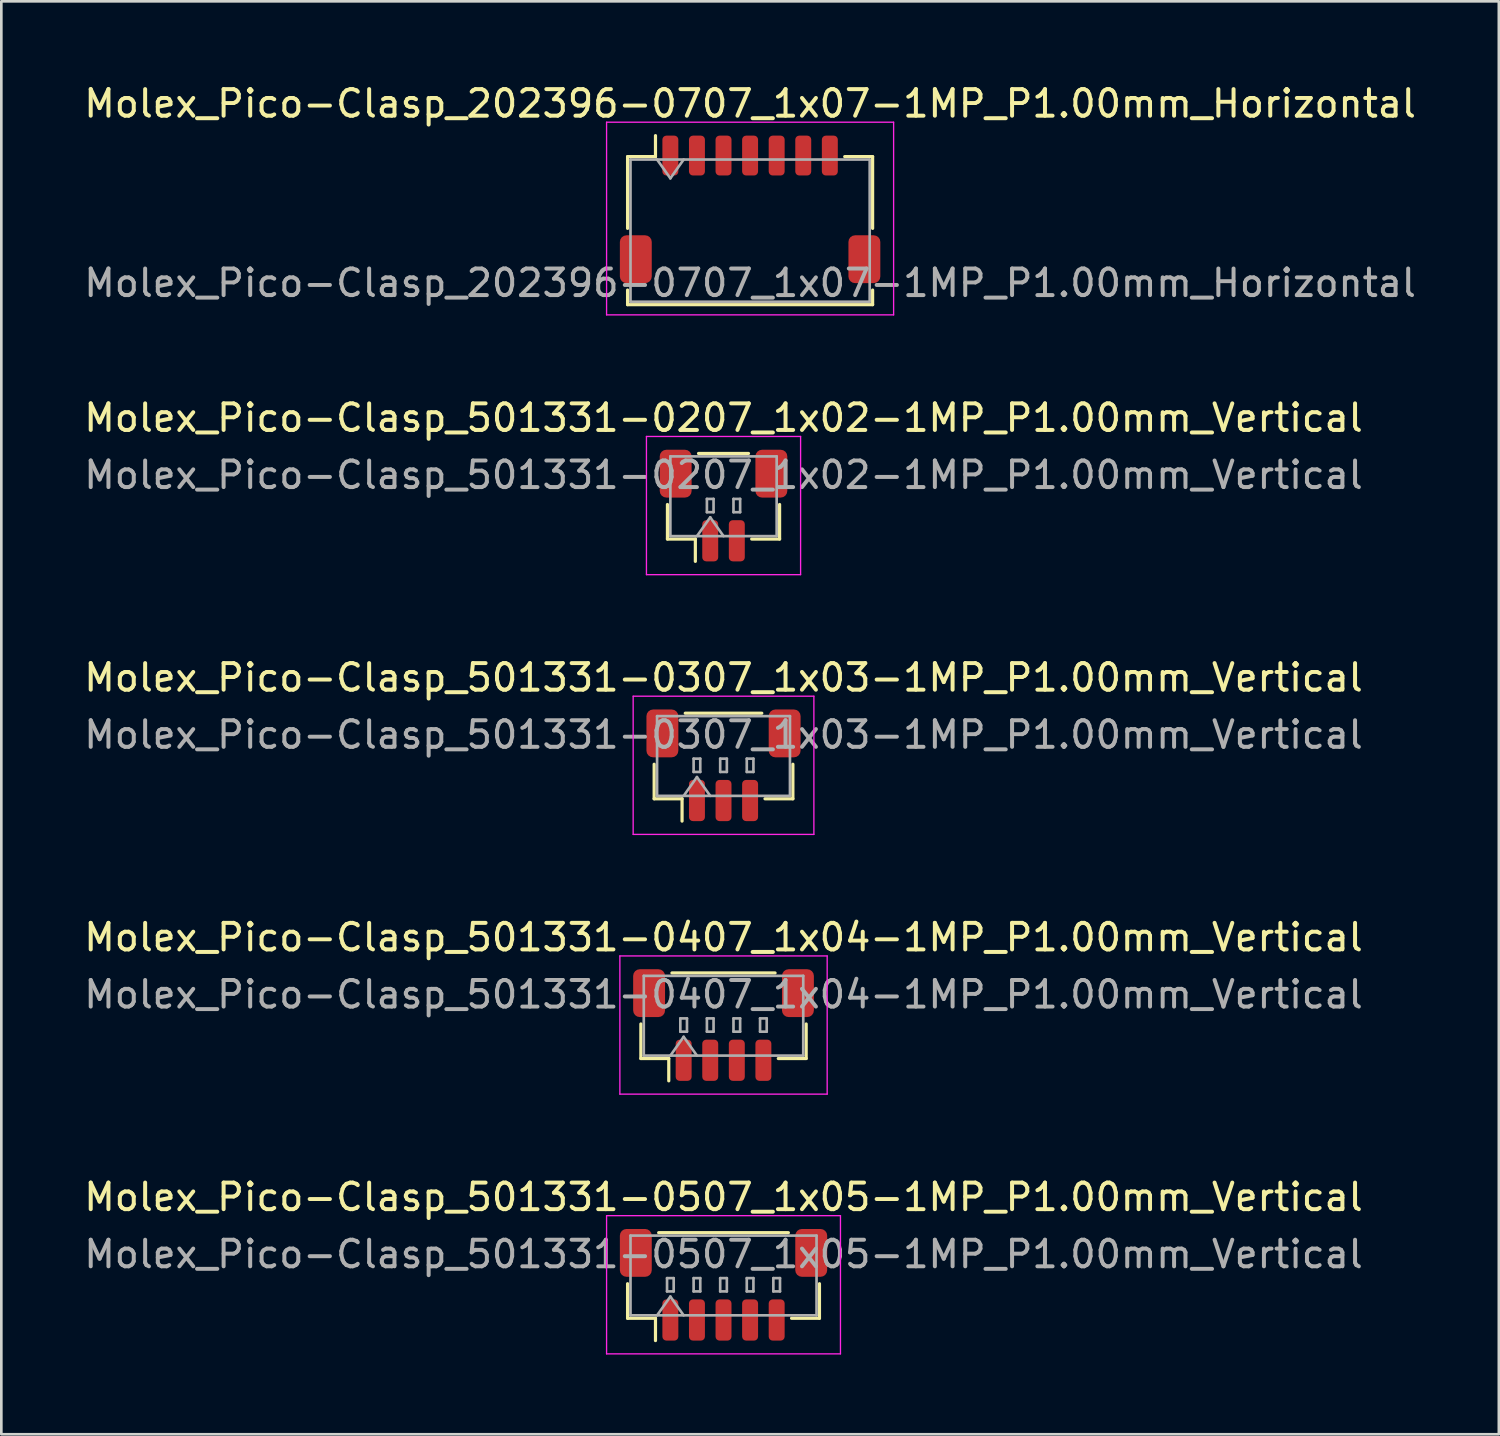
<source format=kicad_pcb>
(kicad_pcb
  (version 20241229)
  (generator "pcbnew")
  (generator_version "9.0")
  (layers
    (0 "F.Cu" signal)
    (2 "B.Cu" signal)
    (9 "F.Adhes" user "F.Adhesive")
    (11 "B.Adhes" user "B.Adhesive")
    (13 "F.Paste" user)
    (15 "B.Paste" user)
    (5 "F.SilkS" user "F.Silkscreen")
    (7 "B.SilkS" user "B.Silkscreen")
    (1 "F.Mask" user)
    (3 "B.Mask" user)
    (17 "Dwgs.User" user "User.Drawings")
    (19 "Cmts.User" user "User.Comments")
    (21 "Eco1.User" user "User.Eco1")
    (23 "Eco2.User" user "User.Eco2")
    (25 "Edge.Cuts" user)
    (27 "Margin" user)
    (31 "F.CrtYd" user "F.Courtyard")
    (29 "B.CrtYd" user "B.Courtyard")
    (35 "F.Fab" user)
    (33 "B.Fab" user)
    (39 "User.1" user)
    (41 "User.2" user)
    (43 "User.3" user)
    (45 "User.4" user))
  (footprint "Molex_Pico-Clasp_501331-0507_1x05-1MP_P1.00mm_Vertical"
    (layer "F.Cu")
    (at 24.173 45.291)
    (property "Reference" "Molex_Pico-Clasp_501331-0507_1x05-1MP_P1.00mm_Vertical" (at 0 -3.3 0) (layer "F.SilkS") (effects (font (size 1 1) (thickness 0.15))))
    (attr smd)
    (fp_line (start -3.61 -0.04) (end -3.61 1.26) (stroke (width 0.12) (type solid)) (layer "F.SilkS"))
    (fp_line (start -3.61 1.26) (end -2.56 1.26) (stroke (width 0.12) (type solid)) (layer "F.SilkS"))
    (fp_line (start -2.56 1.26) (end -2.56 2.1) (stroke (width 0.12) (type solid)) (layer "F.SilkS"))
    (fp_line (start -2.44 -1.96) (end 2.44 -1.96) (stroke (width 0.12) (type solid)) (layer "F.SilkS"))
    (fp_line (start 3.61 -0.04) (end 3.61 1.26) (stroke (width 0.12) (type solid)) (layer "F.SilkS"))
    (fp_line (start 3.61 1.26) (end 2.56 1.26) (stroke (width 0.12) (type solid)) (layer "F.SilkS"))
    (fp_line (start -4.4 -2.6) (end -4.4 2.6) (stroke (width 0.05) (type solid)) (layer "F.CrtYd"))
    (fp_line (start -4.4 2.6) (end 4.4 2.6) (stroke (width 0.05) (type solid)) (layer "F.CrtYd"))
    (fp_line (start 4.4 -2.6) (end -4.4 -2.6) (stroke (width 0.05) (type solid)) (layer "F.CrtYd"))
    (fp_line (start 4.4 2.6) (end 4.4 -2.6) (stroke (width 0.05) (type solid)) (layer "F.CrtYd"))
    (fp_line (start -3.5 -1.85) (end 3.5 -1.85) (stroke (width 0.1) (type solid)) (layer "F.Fab"))
    (fp_line (start -3.5 1.15) (end -3.5 -1.85) (stroke (width 0.1) (type solid)) (layer "F.Fab"))
    (fp_line (start -3.5 1.15) (end 3.5 1.15) (stroke (width 0.1) (type solid)) (layer "F.Fab"))
    (fp_line (start -2.5 1.15) (end -2 0.443) (stroke (width 0.1) (type solid)) (layer "F.Fab"))
    (fp_line (start -2.125 -0.25) (end -2.125 0.25) (stroke (width 0.1) (type solid)) (layer "F.Fab"))
    (fp_line (start -2.125 0.25) (end -1.875 0.25) (stroke (width 0.1) (type solid)) (layer "F.Fab"))
    (fp_line (start -2 0.443) (end -1.5 1.15) (stroke (width 0.1) (type solid)) (layer "F.Fab"))
    (fp_line (start -1.875 -0.25) (end -2.125 -0.25) (stroke (width 0.1) (type solid)) (layer "F.Fab"))
    (fp_line (start -1.875 0.25) (end -1.875 -0.25) (stroke (width 0.1) (type solid)) (layer "F.Fab"))
    (fp_line (start -1.125 -0.25) (end -1.125 0.25) (stroke (width 0.1) (type solid)) (layer "F.Fab"))
    (fp_line (start -1.125 0.25) (end -0.875 0.25) (stroke (width 0.1) (type solid)) (layer "F.Fab"))
    (fp_line (start -0.875 -0.25) (end -1.125 -0.25) (stroke (width 0.1) (type solid)) (layer "F.Fab"))
    (fp_line (start -0.875 0.25) (end -0.875 -0.25) (stroke (width 0.1) (type solid)) (layer "F.Fab"))
    (fp_line (start -0.125 -0.25) (end -0.125 0.25) (stroke (width 0.1) (type solid)) (layer "F.Fab"))
    (fp_line (start -0.125 0.25) (end 0.125 0.25) (stroke (width 0.1) (type solid)) (layer "F.Fab"))
    (fp_line (start 0.125 -0.25) (end -0.125 -0.25) (stroke (width 0.1) (type solid)) (layer "F.Fab"))
    (fp_line (start 0.125 0.25) (end 0.125 -0.25) (stroke (width 0.1) (type solid)) (layer "F.Fab"))
    (fp_line (start 0.875 -0.25) (end 0.875 0.25) (stroke (width 0.1) (type solid)) (layer "F.Fab"))
    (fp_line (start 0.875 0.25) (end 1.125 0.25) (stroke (width 0.1) (type solid)) (layer "F.Fab"))
    (fp_line (start 1.125 -0.25) (end 0.875 -0.25) (stroke (width 0.1) (type solid)) (layer "F.Fab"))
    (fp_line (start 1.125 0.25) (end 1.125 -0.25) (stroke (width 0.1) (type solid)) (layer "F.Fab"))
    (fp_line (start 1.875 -0.25) (end 1.875 0.25) (stroke (width 0.1) (type solid)) (layer "F.Fab"))
    (fp_line (start 1.875 0.25) (end 2.125 0.25) (stroke (width 0.1) (type solid)) (layer "F.Fab"))
    (fp_line (start 2.125 -0.25) (end 1.875 -0.25) (stroke (width 0.1) (type solid)) (layer "F.Fab"))
    (fp_line (start 2.125 0.25) (end 2.125 -0.25) (stroke (width 0.1) (type solid)) (layer "F.Fab"))
    (fp_line (start 3.5 1.15) (end 3.5 -1.85) (stroke (width 0.1) (type solid)) (layer "F.Fab"))
    (fp_text user "${REFERENCE}" (at 0 -1.15 0) (layer "F.Fab") (effects (font (size 1 1) (thickness 0.15))))
    (pad "1" smd roundrect (at -2 1.325) (size 0.6 1.55) (layers "F.Cu" "F.Mask" "F.Paste") (roundrect_rratio 0.25))
    (pad "2" smd roundrect (at -1 1.325) (size 0.6 1.55) (layers "F.Cu" "F.Mask" "F.Paste") (roundrect_rratio 0.25))
    (pad "3" smd roundrect (at 0 1.325) (size 0.6 1.55) (layers "F.Cu" "F.Mask" "F.Paste") (roundrect_rratio 0.25))
    (pad "4" smd roundrect (at 1 1.325) (size 0.6 1.55) (layers "F.Cu" "F.Mask" "F.Paste") (roundrect_rratio 0.25))
    (pad "5" smd roundrect (at 2 1.325) (size 0.6 1.55) (layers "F.Cu" "F.Mask" "F.Paste") (roundrect_rratio 0.25))
    (pad "MP" smd roundrect (at -3.3 -1.2) (size 1.2 1.8) (layers "F.Cu" "F.Mask" "F.Paste") (roundrect_rratio 0.208))
    (pad "MP" smd roundrect (at 3.3 -1.2) (size 1.2 1.8) (layers "F.Cu" "F.Mask" "F.Paste") (roundrect_rratio 0.208)))
  (footprint "Molex_Pico-Clasp_202396-0707_1x07-1MP_P1.00mm_Horizontal"
    (layer "F.Cu")
    (at 25.173 4.828)
    (property "Reference" "Molex_Pico-Clasp_202396-0707_1x07-1MP_P1.00mm_Horizontal" (at 0 -3.98 0) (layer "F.SilkS") (effects (font (size 1 1) (thickness 0.15))))
    (attr smd)
    (fp_line (start -4.61 -1.985) (end -3.56 -1.985) (stroke (width 0.12) (type solid)) (layer "F.SilkS"))
    (fp_line (start -4.61 0.715) (end -4.61 -1.985) (stroke (width 0.12) (type solid)) (layer "F.SilkS"))
    (fp_line (start -4.61 3.035) (end -4.61 3.585) (stroke (width 0.12) (type solid)) (layer "F.SilkS"))
    (fp_line (start -4.61 3.585) (end 4.61 3.585) (stroke (width 0.12) (type solid)) (layer "F.SilkS"))
    (fp_line (start -3.56 -1.985) (end -3.56 -2.775) (stroke (width 0.12) (type solid)) (layer "F.SilkS"))
    (fp_line (start 4.61 -1.985) (end 3.56 -1.985) (stroke (width 0.12) (type solid)) (layer "F.SilkS"))
    (fp_line (start 4.61 0.715) (end 4.61 -1.985) (stroke (width 0.12) (type solid)) (layer "F.SilkS"))
    (fp_line (start 4.61 3.585) (end 4.61 3.035) (stroke (width 0.12) (type solid)) (layer "F.SilkS"))
    (fp_line (start -5.4 -3.28) (end -5.4 3.97) (stroke (width 0.05) (type solid)) (layer "F.CrtYd"))
    (fp_line (start -5.4 3.97) (end 5.4 3.97) (stroke (width 0.05) (type solid)) (layer "F.CrtYd"))
    (fp_line (start 5.4 -3.28) (end -5.4 -3.28) (stroke (width 0.05) (type solid)) (layer "F.CrtYd"))
    (fp_line (start 5.4 3.97) (end 5.4 -3.28) (stroke (width 0.05) (type solid)) (layer "F.CrtYd"))
    (fp_line (start -4.5 -1.875) (end -4.5 3.475) (stroke (width 0.1) (type solid)) (layer "F.Fab"))
    (fp_line (start -4.5 -1.875) (end 4.5 -1.875) (stroke (width 0.1) (type solid)) (layer "F.Fab"))
    (fp_line (start -4.5 3.475) (end 4.5 3.475) (stroke (width 0.1) (type solid)) (layer "F.Fab"))
    (fp_line (start -3.5 -1.875) (end -3 -1.168) (stroke (width 0.1) (type solid)) (layer "F.Fab"))
    (fp_line (start -3 -1.168) (end -2.5 -1.875) (stroke (width 0.1) (type solid)) (layer "F.Fab"))
    (fp_line (start 4.5 -1.875) (end 4.5 3.475) (stroke (width 0.1) (type solid)) (layer "F.Fab"))
    (fp_text user "${REFERENCE}" (at 0 2.77 0) (layer "F.Fab") (effects (font (size 1 1) (thickness 0.15))))
    (pad "1" smd roundrect (at -3 -2.025) (size 0.6 1.5) (layers "F.Cu" "F.Mask" "F.Paste") (roundrect_rratio 0.25))
    (pad "2" smd roundrect (at -2 -2.025) (size 0.6 1.5) (layers "F.Cu" "F.Mask" "F.Paste") (roundrect_rratio 0.25))
    (pad "3" smd roundrect (at -1 -2.025) (size 0.6 1.5) (layers "F.Cu" "F.Mask" "F.Paste") (roundrect_rratio 0.25))
    (pad "4" smd roundrect (at 0 -2.025) (size 0.6 1.5) (layers "F.Cu" "F.Mask" "F.Paste") (roundrect_rratio 0.25))
    (pad "5" smd roundrect (at 1 -2.025) (size 0.6 1.5) (layers "F.Cu" "F.Mask" "F.Paste") (roundrect_rratio 0.25))
    (pad "6" smd roundrect (at 2 -2.025) (size 0.6 1.5) (layers "F.Cu" "F.Mask" "F.Paste") (roundrect_rratio 0.25))
    (pad "7" smd roundrect (at 3 -2.025) (size 0.6 1.5) (layers "F.Cu" "F.Mask" "F.Paste") (roundrect_rratio 0.25))
    (pad "MP" smd roundrect (at -4.3 1.875) (size 1.2 1.8) (layers "F.Cu" "F.Mask" "F.Paste") (roundrect_rratio 0.208))
    (pad "MP" smd roundrect (at 4.3 1.875) (size 1.2 1.8) (layers "F.Cu" "F.Mask" "F.Paste") (roundrect_rratio 0.208)))
  (footprint "Molex_Pico-Clasp_501331-0407_1x04-1MP_P1.00mm_Vertical"
    (layer "F.Cu")
    (at 24.173 35.518)
    (property "Reference" "Molex_Pico-Clasp_501331-0407_1x04-1MP_P1.00mm_Vertical" (at 0 -3.3 0) (layer "F.SilkS") (effects (font (size 1 1) (thickness 0.15))))
    (attr smd)
    (fp_line (start -3.11 -0.04) (end -3.11 1.26) (stroke (width 0.12) (type solid)) (layer "F.SilkS"))
    (fp_line (start -3.11 1.26) (end -2.06 1.26) (stroke (width 0.12) (type solid)) (layer "F.SilkS"))
    (fp_line (start -2.06 1.26) (end -2.06 2.1) (stroke (width 0.12) (type solid)) (layer "F.SilkS"))
    (fp_line (start -1.94 -1.96) (end 1.94 -1.96) (stroke (width 0.12) (type solid)) (layer "F.SilkS"))
    (fp_line (start 3.11 -0.04) (end 3.11 1.26) (stroke (width 0.12) (type solid)) (layer "F.SilkS"))
    (fp_line (start 3.11 1.26) (end 2.06 1.26) (stroke (width 0.12) (type solid)) (layer "F.SilkS"))
    (fp_line (start -3.9 -2.6) (end -3.9 2.6) (stroke (width 0.05) (type solid)) (layer "F.CrtYd"))
    (fp_line (start -3.9 2.6) (end 3.9 2.6) (stroke (width 0.05) (type solid)) (layer "F.CrtYd"))
    (fp_line (start 3.9 -2.6) (end -3.9 -2.6) (stroke (width 0.05) (type solid)) (layer "F.CrtYd"))
    (fp_line (start 3.9 2.6) (end 3.9 -2.6) (stroke (width 0.05) (type solid)) (layer "F.CrtYd"))
    (fp_line (start -3 -1.85) (end 3 -1.85) (stroke (width 0.1) (type solid)) (layer "F.Fab"))
    (fp_line (start -3 1.15) (end -3 -1.85) (stroke (width 0.1) (type solid)) (layer "F.Fab"))
    (fp_line (start -3 1.15) (end 3 1.15) (stroke (width 0.1) (type solid)) (layer "F.Fab"))
    (fp_line (start -2 1.15) (end -1.5 0.443) (stroke (width 0.1) (type solid)) (layer "F.Fab"))
    (fp_line (start -1.625 -0.25) (end -1.625 0.25) (stroke (width 0.1) (type solid)) (layer "F.Fab"))
    (fp_line (start -1.625 0.25) (end -1.375 0.25) (stroke (width 0.1) (type solid)) (layer "F.Fab"))
    (fp_line (start -1.5 0.443) (end -1 1.15) (stroke (width 0.1) (type solid)) (layer "F.Fab"))
    (fp_line (start -1.375 -0.25) (end -1.625 -0.25) (stroke (width 0.1) (type solid)) (layer "F.Fab"))
    (fp_line (start -1.375 0.25) (end -1.375 -0.25) (stroke (width 0.1) (type solid)) (layer "F.Fab"))
    (fp_line (start -0.625 -0.25) (end -0.625 0.25) (stroke (width 0.1) (type solid)) (layer "F.Fab"))
    (fp_line (start -0.625 0.25) (end -0.375 0.25) (stroke (width 0.1) (type solid)) (layer "F.Fab"))
    (fp_line (start -0.375 -0.25) (end -0.625 -0.25) (stroke (width 0.1) (type solid)) (layer "F.Fab"))
    (fp_line (start -0.375 0.25) (end -0.375 -0.25) (stroke (width 0.1) (type solid)) (layer "F.Fab"))
    (fp_line (start 0.375 -0.25) (end 0.375 0.25) (stroke (width 0.1) (type solid)) (layer "F.Fab"))
    (fp_line (start 0.375 0.25) (end 0.625 0.25) (stroke (width 0.1) (type solid)) (layer "F.Fab"))
    (fp_line (start 0.625 -0.25) (end 0.375 -0.25) (stroke (width 0.1) (type solid)) (layer "F.Fab"))
    (fp_line (start 0.625 0.25) (end 0.625 -0.25) (stroke (width 0.1) (type solid)) (layer "F.Fab"))
    (fp_line (start 1.375 -0.25) (end 1.375 0.25) (stroke (width 0.1) (type solid)) (layer "F.Fab"))
    (fp_line (start 1.375 0.25) (end 1.625 0.25) (stroke (width 0.1) (type solid)) (layer "F.Fab"))
    (fp_line (start 1.625 -0.25) (end 1.375 -0.25) (stroke (width 0.1) (type solid)) (layer "F.Fab"))
    (fp_line (start 1.625 0.25) (end 1.625 -0.25) (stroke (width 0.1) (type solid)) (layer "F.Fab"))
    (fp_line (start 3 1.15) (end 3 -1.85) (stroke (width 0.1) (type solid)) (layer "F.Fab"))
    (fp_text user "${REFERENCE}" (at 0 -1.15 0) (layer "F.Fab") (effects (font (size 1 1) (thickness 0.15))))
    (pad "1" smd roundrect (at -1.5 1.325) (size 0.6 1.55) (layers "F.Cu" "F.Mask" "F.Paste") (roundrect_rratio 0.25))
    (pad "2" smd roundrect (at -0.5 1.325) (size 0.6 1.55) (layers "F.Cu" "F.Mask" "F.Paste") (roundrect_rratio 0.25))
    (pad "3" smd roundrect (at 0.5 1.325) (size 0.6 1.55) (layers "F.Cu" "F.Mask" "F.Paste") (roundrect_rratio 0.25))
    (pad "4" smd roundrect (at 1.5 1.325) (size 0.6 1.55) (layers "F.Cu" "F.Mask" "F.Paste") (roundrect_rratio 0.25))
    (pad "MP" smd roundrect (at -2.8 -1.2) (size 1.2 1.8) (layers "F.Cu" "F.Mask" "F.Paste") (roundrect_rratio 0.208))
    (pad "MP" smd roundrect (at 2.8 -1.2) (size 1.2 1.8) (layers "F.Cu" "F.Mask" "F.Paste") (roundrect_rratio 0.208)))
  (footprint "Molex_Pico-Clasp_501331-0307_1x03-1MP_P1.00mm_Vertical"
    (layer "F.Cu")
    (at 24.173 25.745)
    (property "Reference" "Molex_Pico-Clasp_501331-0307_1x03-1MP_P1.00mm_Vertical" (at 0 -3.3 0) (layer "F.SilkS") (effects (font (size 1 1) (thickness 0.15))))
    (attr smd)
    (fp_line (start -2.61 -0.04) (end -2.61 1.26) (stroke (width 0.12) (type solid)) (layer "F.SilkS"))
    (fp_line (start -2.61 1.26) (end -1.56 1.26) (stroke (width 0.12) (type solid)) (layer "F.SilkS"))
    (fp_line (start -1.56 1.26) (end -1.56 2.1) (stroke (width 0.12) (type solid)) (layer "F.SilkS"))
    (fp_line (start -1.44 -1.96) (end 1.44 -1.96) (stroke (width 0.12) (type solid)) (layer "F.SilkS"))
    (fp_line (start 2.61 -0.04) (end 2.61 1.26) (stroke (width 0.12) (type solid)) (layer "F.SilkS"))
    (fp_line (start 2.61 1.26) (end 1.56 1.26) (stroke (width 0.12) (type solid)) (layer "F.SilkS"))
    (fp_line (start -3.4 -2.6) (end -3.4 2.6) (stroke (width 0.05) (type solid)) (layer "F.CrtYd"))
    (fp_line (start -3.4 2.6) (end 3.4 2.6) (stroke (width 0.05) (type solid)) (layer "F.CrtYd"))
    (fp_line (start 3.4 -2.6) (end -3.4 -2.6) (stroke (width 0.05) (type solid)) (layer "F.CrtYd"))
    (fp_line (start 3.4 2.6) (end 3.4 -2.6) (stroke (width 0.05) (type solid)) (layer "F.CrtYd"))
    (fp_line (start -2.5 -1.85) (end 2.5 -1.85) (stroke (width 0.1) (type solid)) (layer "F.Fab"))
    (fp_line (start -2.5 1.15) (end -2.5 -1.85) (stroke (width 0.1) (type solid)) (layer "F.Fab"))
    (fp_line (start -2.5 1.15) (end 2.5 1.15) (stroke (width 0.1) (type solid)) (layer "F.Fab"))
    (fp_line (start -1.5 1.15) (end -1 0.443) (stroke (width 0.1) (type solid)) (layer "F.Fab"))
    (fp_line (start -1.125 -0.25) (end -1.125 0.25) (stroke (width 0.1) (type solid)) (layer "F.Fab"))
    (fp_line (start -1.125 0.25) (end -0.875 0.25) (stroke (width 0.1) (type solid)) (layer "F.Fab"))
    (fp_line (start -1 0.443) (end -0.5 1.15) (stroke (width 0.1) (type solid)) (layer "F.Fab"))
    (fp_line (start -0.875 -0.25) (end -1.125 -0.25) (stroke (width 0.1) (type solid)) (layer "F.Fab"))
    (fp_line (start -0.875 0.25) (end -0.875 -0.25) (stroke (width 0.1) (type solid)) (layer "F.Fab"))
    (fp_line (start -0.125 -0.25) (end -0.125 0.25) (stroke (width 0.1) (type solid)) (layer "F.Fab"))
    (fp_line (start -0.125 0.25) (end 0.125 0.25) (stroke (width 0.1) (type solid)) (layer "F.Fab"))
    (fp_line (start 0.125 -0.25) (end -0.125 -0.25) (stroke (width 0.1) (type solid)) (layer "F.Fab"))
    (fp_line (start 0.125 0.25) (end 0.125 -0.25) (stroke (width 0.1) (type solid)) (layer "F.Fab"))
    (fp_line (start 0.875 -0.25) (end 0.875 0.25) (stroke (width 0.1) (type solid)) (layer "F.Fab"))
    (fp_line (start 0.875 0.25) (end 1.125 0.25) (stroke (width 0.1) (type solid)) (layer "F.Fab"))
    (fp_line (start 1.125 -0.25) (end 0.875 -0.25) (stroke (width 0.1) (type solid)) (layer "F.Fab"))
    (fp_line (start 1.125 0.25) (end 1.125 -0.25) (stroke (width 0.1) (type solid)) (layer "F.Fab"))
    (fp_line (start 2.5 1.15) (end 2.5 -1.85) (stroke (width 0.1) (type solid)) (layer "F.Fab"))
    (fp_text user "${REFERENCE}" (at 0 -1.15 0) (layer "F.Fab") (effects (font (size 1 1) (thickness 0.15))))
    (pad "1" smd roundrect (at -1 1.325) (size 0.6 1.55) (layers "F.Cu" "F.Mask" "F.Paste") (roundrect_rratio 0.25))
    (pad "2" smd roundrect (at 0 1.325) (size 0.6 1.55) (layers "F.Cu" "F.Mask" "F.Paste") (roundrect_rratio 0.25))
    (pad "3" smd roundrect (at 1 1.325) (size 0.6 1.55) (layers "F.Cu" "F.Mask" "F.Paste") (roundrect_rratio 0.25))
    (pad "MP" smd roundrect (at -2.3 -1.2) (size 1.2 1.8) (layers "F.Cu" "F.Mask" "F.Paste") (roundrect_rratio 0.208))
    (pad "MP" smd roundrect (at 2.3 -1.2) (size 1.2 1.8) (layers "F.Cu" "F.Mask" "F.Paste") (roundrect_rratio 0.208)))
  (footprint "Molex_Pico-Clasp_501331-0207_1x02-1MP_P1.00mm_Vertical"
    (layer "F.Cu")
    (at 24.173 15.972)
    (property "Reference" "Molex_Pico-Clasp_501331-0207_1x02-1MP_P1.00mm_Vertical" (at 0 -3.3 0) (layer "F.SilkS") (effects (font (size 1 1) (thickness 0.15))))
    (attr smd)
    (fp_line (start -2.11 -0.04) (end -2.11 1.26) (stroke (width 0.12) (type solid)) (layer "F.SilkS"))
    (fp_line (start -2.11 1.26) (end -1.06 1.26) (stroke (width 0.12) (type solid)) (layer "F.SilkS"))
    (fp_line (start -1.06 1.26) (end -1.06 2.1) (stroke (width 0.12) (type solid)) (layer "F.SilkS"))
    (fp_line (start -0.94 -1.96) (end 0.94 -1.96) (stroke (width 0.12) (type solid)) (layer "F.SilkS"))
    (fp_line (start 2.11 -0.04) (end 2.11 1.26) (stroke (width 0.12) (type solid)) (layer "F.SilkS"))
    (fp_line (start 2.11 1.26) (end 1.06 1.26) (stroke (width 0.12) (type solid)) (layer "F.SilkS"))
    (fp_line (start -2.9 -2.6) (end -2.9 2.6) (stroke (width 0.05) (type solid)) (layer "F.CrtYd"))
    (fp_line (start -2.9 2.6) (end 2.9 2.6) (stroke (width 0.05) (type solid)) (layer "F.CrtYd"))
    (fp_line (start 2.9 -2.6) (end -2.9 -2.6) (stroke (width 0.05) (type solid)) (layer "F.CrtYd"))
    (fp_line (start 2.9 2.6) (end 2.9 -2.6) (stroke (width 0.05) (type solid)) (layer "F.CrtYd"))
    (fp_line (start -2 -1.85) (end 2 -1.85) (stroke (width 0.1) (type solid)) (layer "F.Fab"))
    (fp_line (start -2 1.15) (end -2 -1.85) (stroke (width 0.1) (type solid)) (layer "F.Fab"))
    (fp_line (start -2 1.15) (end 2 1.15) (stroke (width 0.1) (type solid)) (layer "F.Fab"))
    (fp_line (start -1 1.15) (end -0.5 0.443) (stroke (width 0.1) (type solid)) (layer "F.Fab"))
    (fp_line (start -0.625 -0.25) (end -0.625 0.25) (stroke (width 0.1) (type solid)) (layer "F.Fab"))
    (fp_line (start -0.625 0.25) (end -0.375 0.25) (stroke (width 0.1) (type solid)) (layer "F.Fab"))
    (fp_line (start -0.5 0.443) (end 0 1.15) (stroke (width 0.1) (type solid)) (layer "F.Fab"))
    (fp_line (start -0.375 -0.25) (end -0.625 -0.25) (stroke (width 0.1) (type solid)) (layer "F.Fab"))
    (fp_line (start -0.375 0.25) (end -0.375 -0.25) (stroke (width 0.1) (type solid)) (layer "F.Fab"))
    (fp_line (start 0.375 -0.25) (end 0.375 0.25) (stroke (width 0.1) (type solid)) (layer "F.Fab"))
    (fp_line (start 0.375 0.25) (end 0.625 0.25) (stroke (width 0.1) (type solid)) (layer "F.Fab"))
    (fp_line (start 0.625 -0.25) (end 0.375 -0.25) (stroke (width 0.1) (type solid)) (layer "F.Fab"))
    (fp_line (start 0.625 0.25) (end 0.625 -0.25) (stroke (width 0.1) (type solid)) (layer "F.Fab"))
    (fp_line (start 2 1.15) (end 2 -1.85) (stroke (width 0.1) (type solid)) (layer "F.Fab"))
    (fp_text user "${REFERENCE}" (at 0 -1.15 0) (layer "F.Fab") (effects (font (size 1 1) (thickness 0.15))))
    (pad "1" smd roundrect (at -0.5 1.325) (size 0.6 1.55) (layers "F.Cu" "F.Mask" "F.Paste") (roundrect_rratio 0.25))
    (pad "2" smd roundrect (at 0.5 1.325) (size 0.6 1.55) (layers "F.Cu" "F.Mask" "F.Paste") (roundrect_rratio 0.25))
    (pad "MP" smd roundrect (at -1.8 -1.2) (size 1.2 1.8) (layers "F.Cu" "F.Mask" "F.Paste") (roundrect_rratio 0.208))
    (pad "MP" smd roundrect (at 1.8 -1.2) (size 1.2 1.8) (layers "F.Cu" "F.Mask" "F.Paste") (roundrect_rratio 0.208)))
  (gr_rect
    (start -3 -3)
    (end 53.345 50.916)
    (stroke (width 0.1) (type default))
    (fill no)
    (layer "Edge.Cuts")))
</source>
